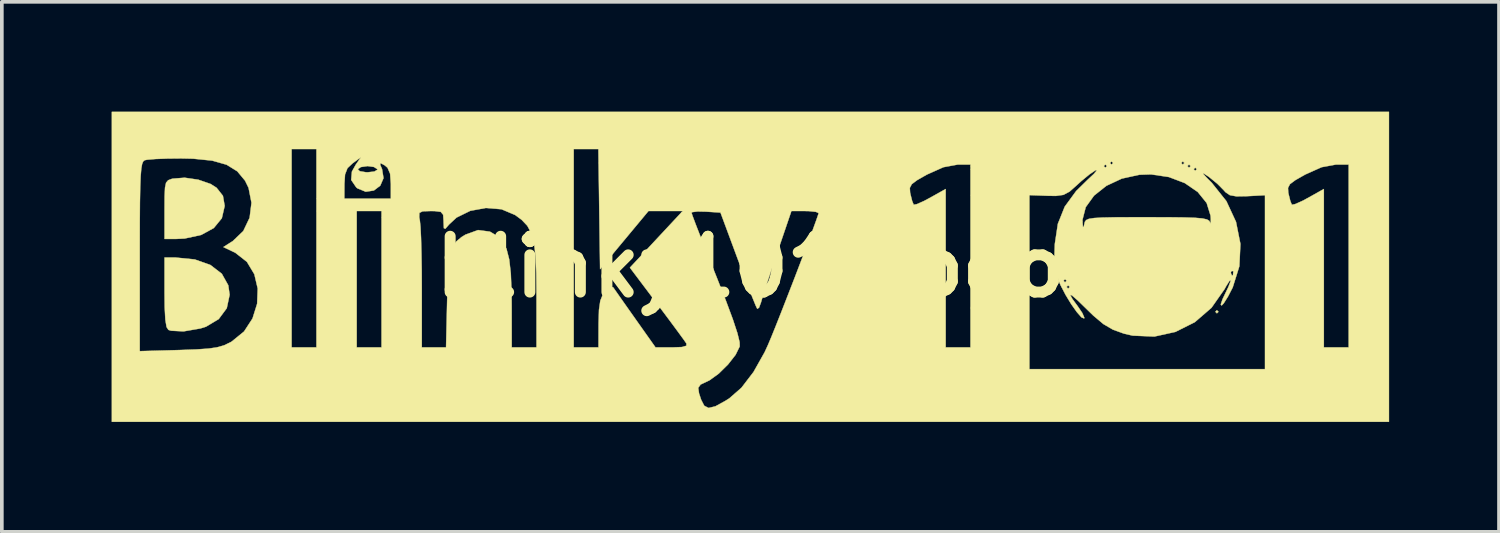
<source format=kicad_pcb>
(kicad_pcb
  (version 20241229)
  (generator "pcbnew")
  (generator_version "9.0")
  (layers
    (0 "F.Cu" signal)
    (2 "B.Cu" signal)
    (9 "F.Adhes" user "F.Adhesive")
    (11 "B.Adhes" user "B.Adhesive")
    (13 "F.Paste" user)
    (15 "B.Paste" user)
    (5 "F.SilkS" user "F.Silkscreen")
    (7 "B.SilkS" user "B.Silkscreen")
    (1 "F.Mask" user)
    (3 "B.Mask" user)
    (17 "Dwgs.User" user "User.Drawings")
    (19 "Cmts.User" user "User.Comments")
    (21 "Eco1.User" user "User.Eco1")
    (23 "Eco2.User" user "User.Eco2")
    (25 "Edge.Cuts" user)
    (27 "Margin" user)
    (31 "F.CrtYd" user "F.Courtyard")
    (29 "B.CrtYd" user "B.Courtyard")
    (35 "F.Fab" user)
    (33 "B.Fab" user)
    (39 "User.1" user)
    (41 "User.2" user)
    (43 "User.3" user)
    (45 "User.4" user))
  (footprint "blinky101_logo"
    (layer "F.Cu")
    (at 17.446 4.238)
    (property "Reference" "blinky101_logo" (at 0 0 0) (layer "F.SilkS") (effects (font (size 1.524 1.524) (thickness 0.3))))
    (attr exclude_from_pos_files exclude_from_bom)
    (fp_poly (pts (xy 12.785 1.228) (xy 12.742 1.27) (xy 12.7 1.228) (xy 12.742 1.185) (xy 12.785 1.228)) (stroke (width 0.01) (type solid)) (fill yes) (layer "F.SilkS"))
    (fp_poly (pts (xy -15.174 -0.201) (xy -14.748 -0.05) (xy -14.438 0.189) (xy -14.261 0.505) (xy -14.224 0.762) (xy -14.302 1.13) (xy -14.523 1.428) (xy -14.869 1.635) (xy -15.022 1.683) (xy -15.482 1.763) (xy -15.823 1.745) (xy -15.896 1.722) (xy -15.947 1.643) (xy -15.98 1.442) (xy -15.998 1.103) (xy -16.002 0.713) (xy -16.002 -0.254) (xy -15.701 -0.254) (xy -15.174 -0.201)) (stroke (width 0.01) (type solid)) (fill yes) (layer "F.SilkS"))
    (fp_poly (pts (xy -15.081 -2.38) (xy -14.745 -2.264) (xy -14.58 -2.159) (xy -14.407 -1.939) (xy -14.359 -1.664) (xy -14.437 -1.328) (xy -14.656 -1.06) (xy -15.001 -0.871) (xy -15.453 -0.773) (xy -15.684 -0.762) (xy -16.002 -0.762) (xy -16.002 -1.557) (xy -16 -1.928) (xy -15.989 -2.163) (xy -15.96 -2.298) (xy -15.903 -2.365) (xy -15.811 -2.4) (xy -15.781 -2.408) (xy -15.452 -2.434) (xy -15.081 -2.38)) (stroke (width 0.01) (type solid)) (fill yes) (layer "F.SilkS"))
    (fp_poly (pts (xy 17.441 4.233) (xy -17.441 4.233) (xy -17.441 -0.279) (xy -16.679 -0.279) (xy -16.679 2.303) (xy -15.6 2.273) (xy -15.135 2.256) (xy -14.801 2.233) (xy -14.561 2.198) (xy -14.376 2.144) (xy -14.209 2.064) (xy -14.17 2.043) (xy -13.831 1.767) (xy -13.599 1.411) (xy -13.473 1.009) (xy -13.457 0.594) (xy -13.549 0.202) (xy -13.752 -0.136) (xy -14.067 -0.383) (xy -14.097 -0.398) (xy -14.395 -0.54) (xy -14.137 -0.704) (xy -13.851 -0.978) (xy -13.678 -1.341) (xy -13.627 -1.75) (xy -13.707 -2.158) (xy -13.803 -2.354) (xy -14.015 -2.609) (xy -14.306 -2.789) (xy -14.701 -2.901) (xy -15.222 -2.954) (xy -15.551 -2.961) (xy -15.928 -2.957) (xy -16.25 -2.945) (xy -16.474 -2.926) (xy -16.545 -2.912) (xy -16.584 -2.881) (xy -16.614 -2.81) (xy -16.637 -2.681) (xy -16.654 -2.476) (xy -16.666 -2.178) (xy -16.674 -1.769) (xy -16.678 -1.232) (xy -16.679 -0.55) (xy -16.679 -0.279) (xy -17.441 -0.279) (xy -17.441 -3.217) (xy -12.531 -3.217) (xy -12.531 2.201) (xy -11.853 2.201) (xy -11.853 -1.524) (xy -10.753 -1.524) (xy -10.753 2.201) (xy -10.075 2.201) (xy -10.075 -1.355) (xy -9.046 -1.355) (xy -9.028 -1.259) (xy -9.011 -1.092) (xy -8.996 -0.787) (xy -8.985 -0.378) (xy -8.977 0.105) (xy -8.975 0.603) (xy -8.975 2.201) (xy -8.313 2.201) (xy -8.283 0.91) (xy -8.267 0.362) (xy -8.242 -0.045) (xy -8.199 -0.338) (xy -8.132 -0.545) (xy -8.033 -0.693) (xy -7.894 -0.81) (xy -7.783 -0.879) (xy -7.439 -1.004) (xy -7.114 -0.961) (xy -6.915 -0.843) (xy -6.768 -0.692) (xy -6.661 -0.488) (xy -6.588 -0.204) (xy -6.544 0.183) (xy -6.523 0.699) (xy -6.52 1.079) (xy -6.519 2.201) (xy -5.842 2.201) (xy -5.842 0.783) (xy -5.848 0.168) (xy -5.869 -0.304) (xy -5.912 -0.658) (xy -5.985 -0.923) (xy -6.094 -1.122) (xy -6.246 -1.283) (xy -6.426 -1.416) (xy -6.799 -1.573) (xy -7.225 -1.608) (xy -7.651 -1.53) (xy -8.026 -1.346) (xy -8.232 -1.155) (xy -8.332 -1.04) (xy -8.372 -1.055) (xy -8.38 -1.219) (xy -8.38 -1.249) (xy -8.392 -1.423) (xy -8.458 -1.502) (xy -8.626 -1.523) (xy -8.731 -1.524) (xy -8.951 -1.517) (xy -9.042 -1.473) (xy -9.046 -1.355) (xy -10.075 -1.355) (xy -10.075 -1.524) (xy -10.753 -1.524) (xy -11.853 -1.524) (xy -11.853 -1.863) (xy -11.091 -1.863) (xy -9.821 -1.863) (xy -9.821 -2.266) (xy -9.841 -2.544) (xy -9.911 -2.706) (xy -9.989 -2.773) (xy -10.102 -2.834) (xy -10.111 -2.786) (xy -10.061 -2.67) (xy -10.021 -2.423) (xy -10.109 -2.218) (xy -10.284 -2.085) (xy -10.507 -2.051) (xy -10.735 -2.145) (xy -10.767 -2.172) (xy -10.904 -2.373) (xy -10.884 -2.602) (xy -10.848 -2.667) (xy -10.724 -2.667) (xy -10.67 -2.612) (xy -10.499 -2.583) (xy -10.456 -2.582) (xy -10.269 -2.603) (xy -10.187 -2.655) (xy -10.188 -2.667) (xy -10.284 -2.728) (xy -10.456 -2.752) (xy -10.639 -2.725) (xy -10.724 -2.667) (xy -10.848 -2.667) (xy -10.779 -2.791) (xy -10.636 -2.995) (xy -10.861 -2.831) (xy -11.005 -2.696) (xy -11.072 -2.523) (xy -11.089 -2.265) (xy -11.091 -1.863) (xy -11.853 -1.863) (xy -11.853 -3.217) (xy -4.826 -3.217) (xy -4.826 2.201) (xy -4.149 2.201) (xy -4.147 1.545) (xy -4.136 1.175) (xy -4.1 0.927) (xy -4.03 0.753) (xy -3.978 0.677) (xy -3.834 0.541) (xy -3.747 0.561) (xy -3.674 0.666) (xy -3.527 0.876) (xy -3.327 1.16) (xy -3.137 1.429) (xy -2.591 2.201) (xy -2.137 2.201) (xy -1.87 2.191) (xy -1.749 2.156) (xy -1.747 2.095) (xy -1.818 1.993) (xy -1.972 1.782) (xy -2.187 1.491) (xy -2.445 1.146) (xy -2.55 1.006) (xy -3.291 0.022) (xy -1.892 -1.478) (xy -1.609 -1.478) (xy -1.578 -1.386) (xy -1.494 -1.161) (xy -1.364 -0.827) (xy -1.197 -0.406) (xy -1.004 0.078) (xy -0.925 0.275) (xy -0.667 0.929) (xy -0.478 1.438) (xy -0.355 1.812) (xy -0.295 2.058) (xy -0.292 2.173) (xy -0.404 2.402) (xy -0.611 2.667) (xy -0.865 2.917) (xy -1.115 3.098) (xy -1.186 3.133) (xy -1.359 3.214) (xy -1.425 3.304) (xy -1.403 3.457) (xy -1.345 3.631) (xy -1.261 3.795) (xy -1.141 3.855) (xy -0.956 3.81) (xy -0.678 3.657) (xy -0.577 3.593) (xy -0.244 3.302) (xy 0.085 2.872) (xy 0.39 2.33) (xy 0.475 2.145) (xy 0.567 1.928) (xy 0.697 1.606) (xy 0.855 1.207) (xy 1.03 0.758) (xy 1.213 0.287) (xy 1.391 -0.179) (xy 1.555 -0.612) (xy 1.694 -0.984) (xy 1.797 -1.268) (xy 1.855 -1.436) (xy 1.863 -1.469) (xy 1.787 -1.502) (xy 1.596 -1.522) (xy 1.491 -1.524) (xy 1.12 -1.524) (xy 0.733 -0.388) (xy 0.588 0.041) (xy 0.459 0.43) (xy 0.358 0.742) (xy 0.298 0.94) (xy 0.29 0.97) (xy 0.235 1.117) (xy 0.187 1.147) (xy 0.144 1.056) (xy 0.053 0.833) (xy -0.075 0.507) (xy -0.228 0.105) (xy -0.338 -0.191) (xy -0.817 -1.482) (xy -1.213 -1.507) (xy -1.445 -1.512) (xy -1.587 -1.494) (xy -1.609 -1.478) (xy -1.892 -1.478) (xy -1.849 -1.524) (xy -2.784 -1.524) (xy -3.445 -0.729) (xy -4.106 0.065) (xy -4.137 -2.157) (xy 4.354 -2.157) (xy 4.362 -2.027) (xy 4.37 -1.99) (xy 4.418 -1.798) (xy 4.46 -1.696) (xy 4.547 -1.712) (xy 4.734 -1.795) (xy 4.915 -1.891) (xy 5.334 -2.126) (xy 5.334 2.201) (xy 6.011 2.201) (xy 6.011 -1.959) (xy 7.62 -1.959) (xy 7.62 2.794) (xy 14.055 2.794) (xy 14.055 -1.956) (xy 13.568 -1.93) (xy 13.276 -1.925) (xy 13.097 -1.957) (xy 12.976 -2.039) (xy 12.929 -2.092) (xy 12.866 -2.157) (xy 14.684 -2.157) (xy 14.691 -2.027) (xy 14.699 -1.99) (xy 14.747 -1.798) (xy 14.789 -1.696) (xy 14.876 -1.712) (xy 15.064 -1.795) (xy 15.245 -1.891) (xy 15.663 -2.126) (xy 15.663 2.201) (xy 16.341 2.201) (xy 16.341 -2.794) (xy 15.996 -2.794) (xy 15.6 -2.721) (xy 15.149 -2.519) (xy 14.883 -2.367) (xy 14.737 -2.258) (xy 14.684 -2.157) (xy 12.866 -2.157) (xy 12.754 -2.269) (xy 12.53 -2.452) (xy 12.506 -2.469) (xy 12.38 -2.551) (xy 12.365 -2.541) (xy 12.465 -2.432) (xy 12.601 -2.296) (xy 13.001 -1.794) (xy 13.264 -1.227) (xy 13.384 -0.625) (xy 13.355 -0.017) (xy 13.174 0.561) (xy 13.045 0.811) (xy 12.929 0.995) (xy 12.872 1.057) (xy 12.847 1.028) (xy 12.894 0.887) (xy 12.948 0.774) (xy 13.053 0.554) (xy 13.113 0.397) (xy 13.12 0.363) (xy 13.083 0.387) (xy 12.996 0.526) (xy 12.95 0.61) (xy 12.594 1.118) (xy 12.138 1.512) (xy 11.609 1.777) (xy 11.033 1.904) (xy 10.44 1.879) (xy 10.202 1.824) (xy 9.901 1.715) (xy 9.641 1.563) (xy 9.364 1.33) (xy 9.216 1.186) (xy 8.943 0.92) (xy 8.782 0.78) (xy 8.733 0.766) (xy 8.795 0.878) (xy 8.941 1.077) (xy 9.066 1.262) (xy 9.12 1.388) (xy 9.116 1.41) (xy 9.043 1.38) (xy 8.917 1.237) (xy 8.762 1.018) (xy 8.606 0.761) (xy 8.497 0.55) (xy 8.636 0.55) (xy 8.678 0.593) (xy 8.721 0.55) (xy 8.678 0.508) (xy 8.636 0.55) (xy 8.497 0.55) (xy 8.472 0.503) (xy 8.42 0.381) (xy 8.551 0.381) (xy 8.594 0.423) (xy 8.636 0.381) (xy 8.594 0.339) (xy 8.551 0.381) (xy 8.42 0.381) (xy 8.418 0.375) (xy 8.361 0.169) (xy 13.123 0.169) (xy 13.154 0.239) (xy 13.18 0.226) (xy 13.19 0.125) (xy 13.18 0.113) (xy 13.129 0.125) (xy 13.123 0.169) (xy 8.361 0.169) (xy 8.332 0.065) (xy 8.304 -0.298) (xy 8.315 -0.625) (xy 8.398 -1.176) (xy 8.444 -1.289) (xy 9.071 -1.289) (xy 9.071 -1.236) (xy 9.083 -1.084) (xy 9.103 -1.094) (xy 9.119 -1.164) (xy 9.135 -1.229) (xy 9.171 -1.277) (xy 9.248 -1.311) (xy 9.39 -1.333) (xy 9.618 -1.346) (xy 9.954 -1.353) (xy 10.422 -1.355) (xy 10.837 -1.355) (xy 11.414 -1.354) (xy 11.843 -1.349) (xy 12.148 -1.339) (xy 12.349 -1.321) (xy 12.47 -1.294) (xy 12.532 -1.257) (xy 12.557 -1.206) (xy 12.574 -1.186) (xy 12.575 -1.307) (xy 12.569 -1.397) (xy 12.462 -1.743) (xy 12.218 -2.045) (xy 11.864 -2.288) (xy 11.429 -2.453) (xy 10.943 -2.525) (xy 10.623 -2.515) (xy 10.145 -2.41) (xy 9.723 -2.213) (xy 9.386 -1.945) (xy 9.159 -1.63) (xy 9.071 -1.289) (xy 8.444 -1.289) (xy 8.585 -1.643) (xy 8.898 -2.071) (xy 9.206 -2.374) (xy 9.382 -2.539) (xy 9.462 -2.634) (xy 9.431 -2.64) (xy 9.426 -2.637) (xy 9.258 -2.523) (xy 9.036 -2.34) (xy 8.918 -2.232) (xy 8.718 -2.055) (xy 8.551 -1.966) (xy 8.344 -1.937) (xy 8.107 -1.941) (xy 7.62 -1.959) (xy 6.011 -1.959) (xy 6.011 -2.667) (xy 12.107 -2.667) (xy 12.15 -2.625) (xy 12.192 -2.667) (xy 12.15 -2.709) (xy 12.107 -2.667) (xy 6.011 -2.667) (xy 6.011 -2.752) (xy 9.652 -2.752) (xy 9.694 -2.709) (xy 9.737 -2.752) (xy 11.938 -2.752) (xy 11.98 -2.709) (xy 12.023 -2.752) (xy 11.98 -2.794) (xy 11.938 -2.752) (xy 9.737 -2.752) (xy 9.694 -2.794) (xy 9.652 -2.752) (xy 6.011 -2.752) (xy 6.011 -2.794) (xy 5.667 -2.794) (xy 5.271 -2.721) (xy 4.819 -2.519) (xy 4.553 -2.367) (xy 4.408 -2.258) (xy 4.354 -2.157) (xy -4.137 -2.157) (xy -4.147 -2.836) (xy 9.821 -2.836) (xy 9.864 -2.794) (xy 9.906 -2.836) (xy 11.769 -2.836) (xy 11.811 -2.794) (xy 11.853 -2.836) (xy 11.811 -2.879) (xy 11.769 -2.836) (xy 9.906 -2.836) (xy 9.864 -2.879) (xy 9.821 -2.836) (xy -4.147 -2.836) (xy -4.152 -3.217) (xy -4.826 -3.217) (xy -11.853 -3.217) (xy -12.531 -3.217) (xy -17.441 -3.217) (xy -17.441 -4.233) (xy 17.441 -4.233) (xy 17.441 4.233)) (stroke (width 0.01) (type solid)) (fill yes) (layer "F.SilkS")))
  (gr_rect
    (start -3 -3)
    (end 37.893 11.477)
    (stroke (width 0.1) (type default))
    (fill no)
    (layer "Edge.Cuts")))
</source>
